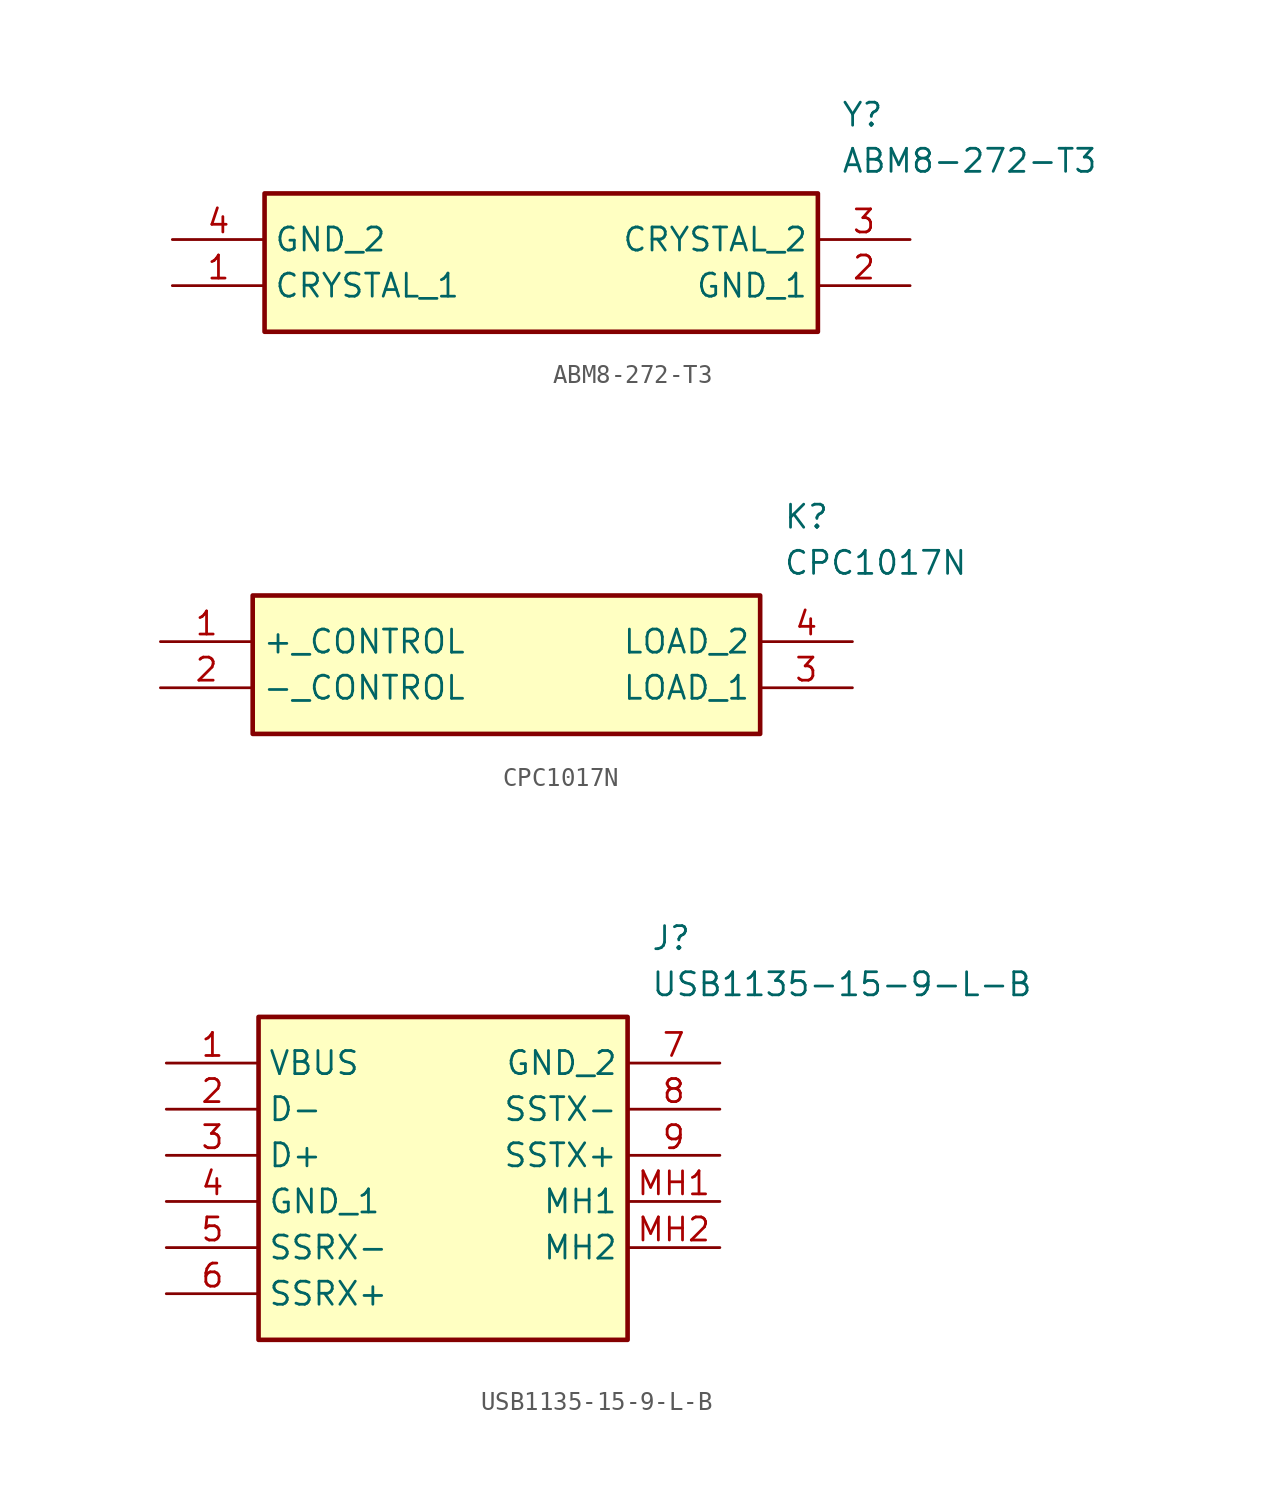
<source format=kicad_sym>
(kicad_symbol_lib
  (version 20231120)
  (generator "kicad_symbol_editor")
  (generator_version "8.0")
  (symbol "ABM8-272-T3"
    (property "Reference" "Y"
      (at 36.83 7.62 0)
      (effects (font (size 1.27 1.27)) (justify left top)))
    (property "Value" "ABM8-272-T3"
      (at 36.83 5.08 0)
      (effects (font (size 1.27 1.27)) (justify left top)))
    (symbol "ABM8-272-T3_1_1"
      (rectangle (start 5.08 2.54) (end 35.56 -5.08) (stroke (width 0.254) (type default)) (fill (type background)))
      (pin passive line (at 0 -2.54 0) (length 5.08) (name "CRYSTAL_1" (effects (font (size 1.27 1.27)))) (number "1" (effects (font (size 1.27 1.27)))))
      (pin passive line (at 40.64 -2.54 180) (length 5.08) (name "GND_1" (effects (font (size 1.27 1.27)))) (number "2" (effects (font (size 1.27 1.27)))))
      (pin passive line (at 40.64 0 180) (length 5.08) (name "CRYSTAL_2" (effects (font (size 1.27 1.27)))) (number "3" (effects (font (size 1.27 1.27)))))
      (pin passive line (at 0 0 0) (length 5.08) (name "GND_2" (effects (font (size 1.27 1.27)))) (number "4" (effects (font (size 1.27 1.27)))))))
  (symbol "CPC1017N"
    (property "Reference" "K"
      (at 34.29 7.62 0)
      (effects (font (size 1.27 1.27)) (justify left top)))
    (property "Value" "CPC1017N"
      (at 34.29 5.08 0)
      (effects (font (size 1.27 1.27)) (justify left top)))
    (symbol "CPC1017N_1_1"
      (rectangle (start 5.08 2.54) (end 33.02 -5.08) (stroke (width 0.254) (type default)) (fill (type background)))
      (pin passive line (at 0 0 0) (length 5.08) (name "+_CONTROL" (effects (font (size 1.27 1.27)))) (number "1" (effects (font (size 1.27 1.27)))))
      (pin passive line (at 0 -2.54 0) (length 5.08) (name "-_CONTROL" (effects (font (size 1.27 1.27)))) (number "2" (effects (font (size 1.27 1.27)))))
      (pin passive line (at 38.1 -2.54 180) (length 5.08) (name "LOAD_1" (effects (font (size 1.27 1.27)))) (number "3" (effects (font (size 1.27 1.27)))))
      (pin passive line (at 38.1 0 180) (length 5.08) (name "LOAD_2" (effects (font (size 1.27 1.27)))) (number "4" (effects (font (size 1.27 1.27)))))))
  (symbol "USB1135-15-9-L-B"
    (property "Reference" "J"
      (at 26.67 7.62 0)
      (effects (font (size 1.27 1.27)) (justify left top)))
    (property "Value" "USB1135-15-9-L-B"
      (at 26.67 5.08 0)
      (effects (font (size 1.27 1.27)) (justify left top)))
    (symbol "USB1135-15-9-L-B_1_1"
      (rectangle (start 5.08 2.54) (end 25.4 -15.24) (stroke (width 0.254) (type default)) (fill (type background)))
      (pin passive line (at 0 0 0) (length 5.08) (name "VBUS" (effects (font (size 1.27 1.27)))) (number "1" (effects (font (size 1.27 1.27)))))
      (pin passive line (at 0 -2.54 0) (length 5.08) (name "D-" (effects (font (size 1.27 1.27)))) (number "2" (effects (font (size 1.27 1.27)))))
      (pin passive line (at 0 -5.08 0) (length 5.08) (name "D+" (effects (font (size 1.27 1.27)))) (number "3" (effects (font (size 1.27 1.27)))))
      (pin passive line (at 0 -7.62 0) (length 5.08) (name "GND_1" (effects (font (size 1.27 1.27)))) (number "4" (effects (font (size 1.27 1.27)))))
      (pin passive line (at 0 -10.16 0) (length 5.08) (name "SSRX-" (effects (font (size 1.27 1.27)))) (number "5" (effects (font (size 1.27 1.27)))))
      (pin passive line (at 0 -12.7 0) (length 5.08) (name "SSRX+" (effects (font (size 1.27 1.27)))) (number "6" (effects (font (size 1.27 1.27)))))
      (pin passive line (at 30.48 0 180) (length 5.08) (name "GND_2" (effects (font (size 1.27 1.27)))) (number "7" (effects (font (size 1.27 1.27)))))
      (pin passive line (at 30.48 -2.54 180) (length 5.08) (name "SSTX-" (effects (font (size 1.27 1.27)))) (number "8" (effects (font (size 1.27 1.27)))))
      (pin passive line (at 30.48 -5.08 180) (length 5.08) (name "SSTX+" (effects (font (size 1.27 1.27)))) (number "9" (effects (font (size 1.27 1.27)))))
      (pin passive line (at 30.48 -7.62 180) (length 5.08) (name "MH1" (effects (font (size 1.27 1.27)))) (number "MH1" (effects (font (size 1.27 1.27)))))
      (pin passive line (at 30.48 -10.16 180) (length 5.08) (name "MH2" (effects (font (size 1.27 1.27)))) (number "MH2" (effects (font (size 1.27 1.27))))))))
</source>
